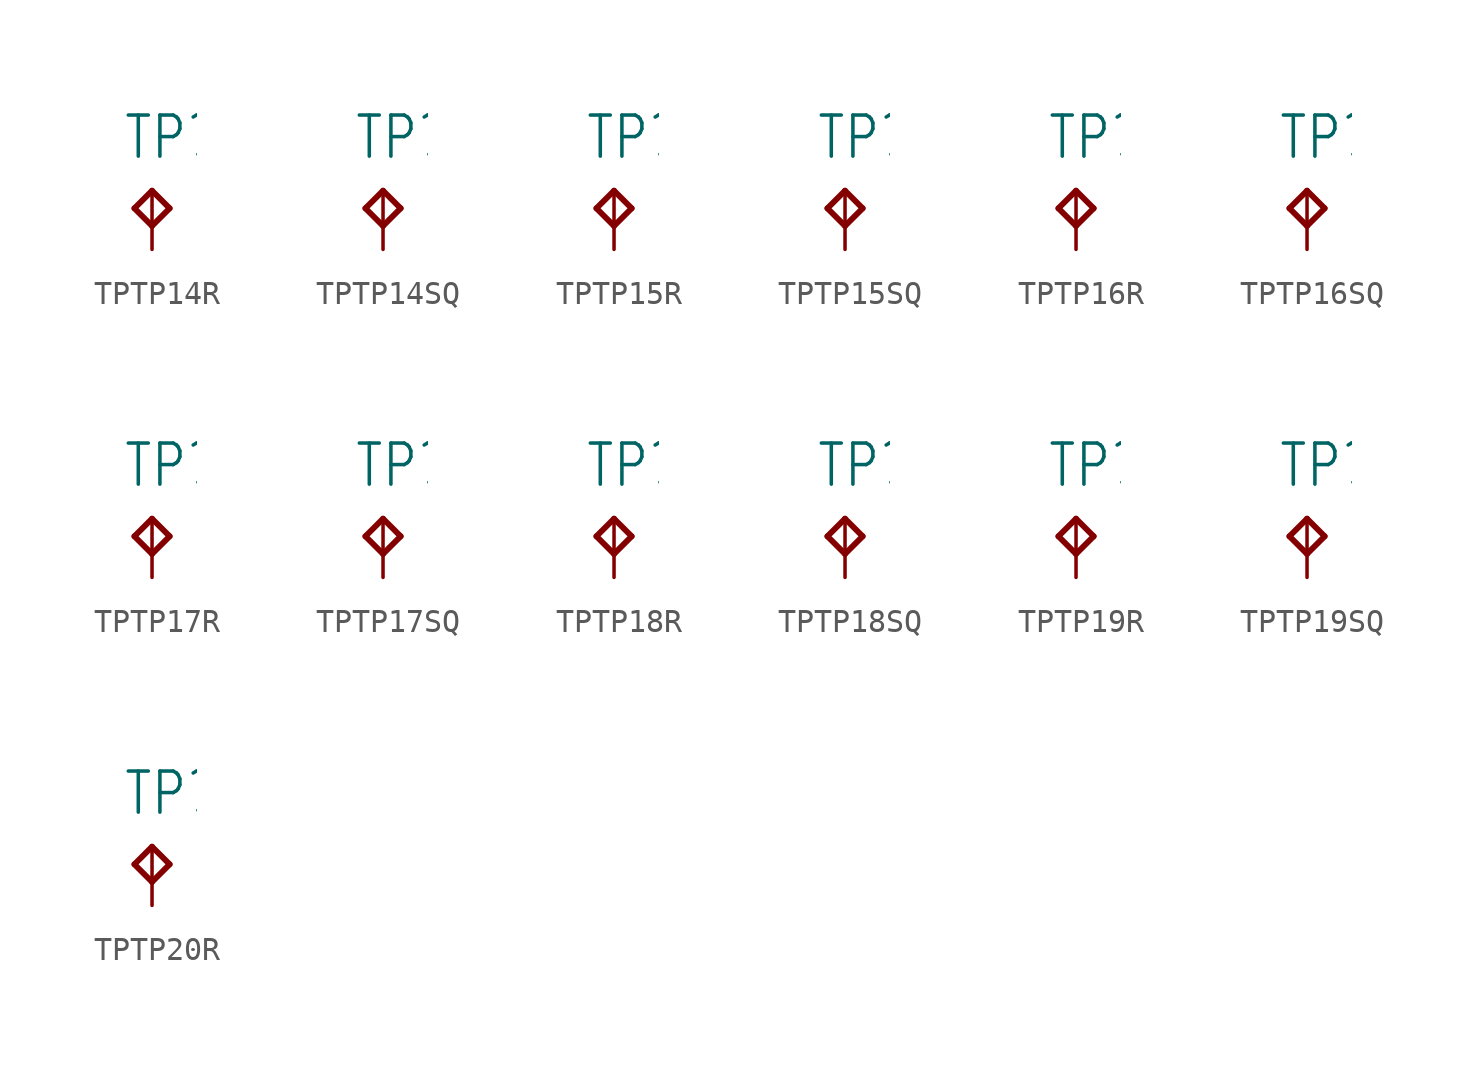
<source format=kicad_sym>
(kicad_symbol_lib
  (version 20231120)
  (generator "kicad_symbol_editor")
  (generator_version "8.99")
  (symbol "TPTP14R"
    (property "Reference" "TP"
      (at -1.27 1.27 0)
      (effects (font (size 1.778 1.511)) (justify left bottom)))
    (property "ki_locked" ""
      (at 0 0 0)
      (effects (font (size 1.27 1.27))))
    (symbol "TPTP14R_1_0"
      (polyline (pts (xy -0.762 -0.762) (xy 0 0)) (stroke (width 0.254) (type solid)) (fill (type none)))
      (polyline (pts (xy 0 -1.524) (xy -0.762 -0.762)) (stroke (width 0.254) (type solid)) (fill (type none)))
      (polyline (pts (xy 0 0) (xy 0.762 -0.762)) (stroke (width 0.254) (type solid)) (fill (type none)))
      (polyline (pts (xy 0.762 -0.762) (xy 0 -1.524)) (stroke (width 0.254) (type solid)) (fill (type none)))
      (pin input line (at 0 -2.54 90) (length 2.54) (name "TP" (effects (font (size 0 0)))) (number "TP" (effects (font (size 0 0)))))))
  (symbol "TPTP14SQ"
    (property "Reference" "TP"
      (at -1.27 1.27 0)
      (effects (font (size 1.778 1.511)) (justify left bottom)))
    (property "ki_locked" ""
      (at 0 0 0)
      (effects (font (size 1.27 1.27))))
    (symbol "TPTP14SQ_1_0"
      (polyline (pts (xy -0.762 -0.762) (xy 0 0)) (stroke (width 0.254) (type solid)) (fill (type none)))
      (polyline (pts (xy 0 -1.524) (xy -0.762 -0.762)) (stroke (width 0.254) (type solid)) (fill (type none)))
      (polyline (pts (xy 0 0) (xy 0.762 -0.762)) (stroke (width 0.254) (type solid)) (fill (type none)))
      (polyline (pts (xy 0.762 -0.762) (xy 0 -1.524)) (stroke (width 0.254) (type solid)) (fill (type none)))
      (pin input line (at 0 -2.54 90) (length 2.54) (name "TP" (effects (font (size 0 0)))) (number "TP" (effects (font (size 0 0)))))))
  (symbol "TPTP15R"
    (property "Reference" "TP"
      (at -1.27 1.27 0)
      (effects (font (size 1.778 1.511)) (justify left bottom)))
    (property "ki_locked" ""
      (at 0 0 0)
      (effects (font (size 1.27 1.27))))
    (symbol "TPTP15R_1_0"
      (polyline (pts (xy -0.762 -0.762) (xy 0 0)) (stroke (width 0.254) (type solid)) (fill (type none)))
      (polyline (pts (xy 0 -1.524) (xy -0.762 -0.762)) (stroke (width 0.254) (type solid)) (fill (type none)))
      (polyline (pts (xy 0 0) (xy 0.762 -0.762)) (stroke (width 0.254) (type solid)) (fill (type none)))
      (polyline (pts (xy 0.762 -0.762) (xy 0 -1.524)) (stroke (width 0.254) (type solid)) (fill (type none)))
      (pin input line (at 0 -2.54 90) (length 2.54) (name "TP" (effects (font (size 0 0)))) (number "TP" (effects (font (size 0 0)))))))
  (symbol "TPTP15SQ"
    (property "Reference" "TP"
      (at -1.27 1.27 0)
      (effects (font (size 1.778 1.511)) (justify left bottom)))
    (property "ki_locked" ""
      (at 0 0 0)
      (effects (font (size 1.27 1.27))))
    (symbol "TPTP15SQ_1_0"
      (polyline (pts (xy -0.762 -0.762) (xy 0 0)) (stroke (width 0.254) (type solid)) (fill (type none)))
      (polyline (pts (xy 0 -1.524) (xy -0.762 -0.762)) (stroke (width 0.254) (type solid)) (fill (type none)))
      (polyline (pts (xy 0 0) (xy 0.762 -0.762)) (stroke (width 0.254) (type solid)) (fill (type none)))
      (polyline (pts (xy 0.762 -0.762) (xy 0 -1.524)) (stroke (width 0.254) (type solid)) (fill (type none)))
      (pin input line (at 0 -2.54 90) (length 2.54) (name "TP" (effects (font (size 0 0)))) (number "TP" (effects (font (size 0 0)))))))
  (symbol "TPTP16R"
    (property "Reference" "TP"
      (at -1.27 1.27 0)
      (effects (font (size 1.778 1.511)) (justify left bottom)))
    (property "ki_locked" ""
      (at 0 0 0)
      (effects (font (size 1.27 1.27))))
    (symbol "TPTP16R_1_0"
      (polyline (pts (xy -0.762 -0.762) (xy 0 0)) (stroke (width 0.254) (type solid)) (fill (type none)))
      (polyline (pts (xy 0 -1.524) (xy -0.762 -0.762)) (stroke (width 0.254) (type solid)) (fill (type none)))
      (polyline (pts (xy 0 0) (xy 0.762 -0.762)) (stroke (width 0.254) (type solid)) (fill (type none)))
      (polyline (pts (xy 0.762 -0.762) (xy 0 -1.524)) (stroke (width 0.254) (type solid)) (fill (type none)))
      (pin input line (at 0 -2.54 90) (length 2.54) (name "TP" (effects (font (size 0 0)))) (number "TP" (effects (font (size 0 0)))))))
  (symbol "TPTP16SQ"
    (property "Reference" "TP"
      (at -1.27 1.27 0)
      (effects (font (size 1.778 1.511)) (justify left bottom)))
    (property "ki_locked" ""
      (at 0 0 0)
      (effects (font (size 1.27 1.27))))
    (symbol "TPTP16SQ_1_0"
      (polyline (pts (xy -0.762 -0.762) (xy 0 0)) (stroke (width 0.254) (type solid)) (fill (type none)))
      (polyline (pts (xy 0 -1.524) (xy -0.762 -0.762)) (stroke (width 0.254) (type solid)) (fill (type none)))
      (polyline (pts (xy 0 0) (xy 0.762 -0.762)) (stroke (width 0.254) (type solid)) (fill (type none)))
      (polyline (pts (xy 0.762 -0.762) (xy 0 -1.524)) (stroke (width 0.254) (type solid)) (fill (type none)))
      (pin input line (at 0 -2.54 90) (length 2.54) (name "TP" (effects (font (size 0 0)))) (number "TP" (effects (font (size 0 0)))))))
  (symbol "TPTP17R"
    (property "Reference" "TP"
      (at -1.27 1.27 0)
      (effects (font (size 1.778 1.511)) (justify left bottom)))
    (property "ki_locked" ""
      (at 0 0 0)
      (effects (font (size 1.27 1.27))))
    (symbol "TPTP17R_1_0"
      (polyline (pts (xy -0.762 -0.762) (xy 0 0)) (stroke (width 0.254) (type solid)) (fill (type none)))
      (polyline (pts (xy 0 -1.524) (xy -0.762 -0.762)) (stroke (width 0.254) (type solid)) (fill (type none)))
      (polyline (pts (xy 0 0) (xy 0.762 -0.762)) (stroke (width 0.254) (type solid)) (fill (type none)))
      (polyline (pts (xy 0.762 -0.762) (xy 0 -1.524)) (stroke (width 0.254) (type solid)) (fill (type none)))
      (pin input line (at 0 -2.54 90) (length 2.54) (name "TP" (effects (font (size 0 0)))) (number "TP" (effects (font (size 0 0)))))))
  (symbol "TPTP17SQ"
    (property "Reference" "TP"
      (at -1.27 1.27 0)
      (effects (font (size 1.778 1.511)) (justify left bottom)))
    (property "ki_locked" ""
      (at 0 0 0)
      (effects (font (size 1.27 1.27))))
    (symbol "TPTP17SQ_1_0"
      (polyline (pts (xy -0.762 -0.762) (xy 0 0)) (stroke (width 0.254) (type solid)) (fill (type none)))
      (polyline (pts (xy 0 -1.524) (xy -0.762 -0.762)) (stroke (width 0.254) (type solid)) (fill (type none)))
      (polyline (pts (xy 0 0) (xy 0.762 -0.762)) (stroke (width 0.254) (type solid)) (fill (type none)))
      (polyline (pts (xy 0.762 -0.762) (xy 0 -1.524)) (stroke (width 0.254) (type solid)) (fill (type none)))
      (pin input line (at 0 -2.54 90) (length 2.54) (name "TP" (effects (font (size 0 0)))) (number "TP" (effects (font (size 0 0)))))))
  (symbol "TPTP18R"
    (property "Reference" "TP"
      (at -1.27 1.27 0)
      (effects (font (size 1.778 1.511)) (justify left bottom)))
    (property "ki_locked" ""
      (at 0 0 0)
      (effects (font (size 1.27 1.27))))
    (symbol "TPTP18R_1_0"
      (polyline (pts (xy -0.762 -0.762) (xy 0 0)) (stroke (width 0.254) (type solid)) (fill (type none)))
      (polyline (pts (xy 0 -1.524) (xy -0.762 -0.762)) (stroke (width 0.254) (type solid)) (fill (type none)))
      (polyline (pts (xy 0 0) (xy 0.762 -0.762)) (stroke (width 0.254) (type solid)) (fill (type none)))
      (polyline (pts (xy 0.762 -0.762) (xy 0 -1.524)) (stroke (width 0.254) (type solid)) (fill (type none)))
      (pin input line (at 0 -2.54 90) (length 2.54) (name "TP" (effects (font (size 0 0)))) (number "TP" (effects (font (size 0 0)))))))
  (symbol "TPTP18SQ"
    (property "Reference" "TP"
      (at -1.27 1.27 0)
      (effects (font (size 1.778 1.511)) (justify left bottom)))
    (property "ki_locked" ""
      (at 0 0 0)
      (effects (font (size 1.27 1.27))))
    (symbol "TPTP18SQ_1_0"
      (polyline (pts (xy -0.762 -0.762) (xy 0 0)) (stroke (width 0.254) (type solid)) (fill (type none)))
      (polyline (pts (xy 0 -1.524) (xy -0.762 -0.762)) (stroke (width 0.254) (type solid)) (fill (type none)))
      (polyline (pts (xy 0 0) (xy 0.762 -0.762)) (stroke (width 0.254) (type solid)) (fill (type none)))
      (polyline (pts (xy 0.762 -0.762) (xy 0 -1.524)) (stroke (width 0.254) (type solid)) (fill (type none)))
      (pin input line (at 0 -2.54 90) (length 2.54) (name "TP" (effects (font (size 0 0)))) (number "TP" (effects (font (size 0 0)))))))
  (symbol "TPTP19R"
    (property "Reference" "TP"
      (at -1.27 1.27 0)
      (effects (font (size 1.778 1.511)) (justify left bottom)))
    (property "ki_locked" ""
      (at 0 0 0)
      (effects (font (size 1.27 1.27))))
    (symbol "TPTP19R_1_0"
      (polyline (pts (xy -0.762 -0.762) (xy 0 0)) (stroke (width 0.254) (type solid)) (fill (type none)))
      (polyline (pts (xy 0 -1.524) (xy -0.762 -0.762)) (stroke (width 0.254) (type solid)) (fill (type none)))
      (polyline (pts (xy 0 0) (xy 0.762 -0.762)) (stroke (width 0.254) (type solid)) (fill (type none)))
      (polyline (pts (xy 0.762 -0.762) (xy 0 -1.524)) (stroke (width 0.254) (type solid)) (fill (type none)))
      (pin input line (at 0 -2.54 90) (length 2.54) (name "TP" (effects (font (size 0 0)))) (number "TP" (effects (font (size 0 0)))))))
  (symbol "TPTP19SQ"
    (property "Reference" "TP"
      (at -1.27 1.27 0)
      (effects (font (size 1.778 1.511)) (justify left bottom)))
    (property "ki_locked" ""
      (at 0 0 0)
      (effects (font (size 1.27 1.27))))
    (symbol "TPTP19SQ_1_0"
      (polyline (pts (xy -0.762 -0.762) (xy 0 0)) (stroke (width 0.254) (type solid)) (fill (type none)))
      (polyline (pts (xy 0 -1.524) (xy -0.762 -0.762)) (stroke (width 0.254) (type solid)) (fill (type none)))
      (polyline (pts (xy 0 0) (xy 0.762 -0.762)) (stroke (width 0.254) (type solid)) (fill (type none)))
      (polyline (pts (xy 0.762 -0.762) (xy 0 -1.524)) (stroke (width 0.254) (type solid)) (fill (type none)))
      (pin input line (at 0 -2.54 90) (length 2.54) (name "TP" (effects (font (size 0 0)))) (number "TP" (effects (font (size 0 0)))))))
  (symbol "TPTP20R"
    (property "Reference" "TP"
      (at -1.27 1.27 0)
      (effects (font (size 1.778 1.511)) (justify left bottom)))
    (property "ki_locked" ""
      (at 0 0 0)
      (effects (font (size 1.27 1.27))))
    (symbol "TPTP20R_1_0"
      (polyline (pts (xy -0.762 -0.762) (xy 0 0)) (stroke (width 0.254) (type solid)) (fill (type none)))
      (polyline (pts (xy 0 -1.524) (xy -0.762 -0.762)) (stroke (width 0.254) (type solid)) (fill (type none)))
      (polyline (pts (xy 0 0) (xy 0.762 -0.762)) (stroke (width 0.254) (type solid)) (fill (type none)))
      (polyline (pts (xy 0.762 -0.762) (xy 0 -1.524)) (stroke (width 0.254) (type solid)) (fill (type none)))
      (pin input line (at 0 -2.54 90) (length 2.54) (name "TP" (effects (font (size 0 0)))) (number "TP" (effects (font (size 0 0))))))))
</source>
